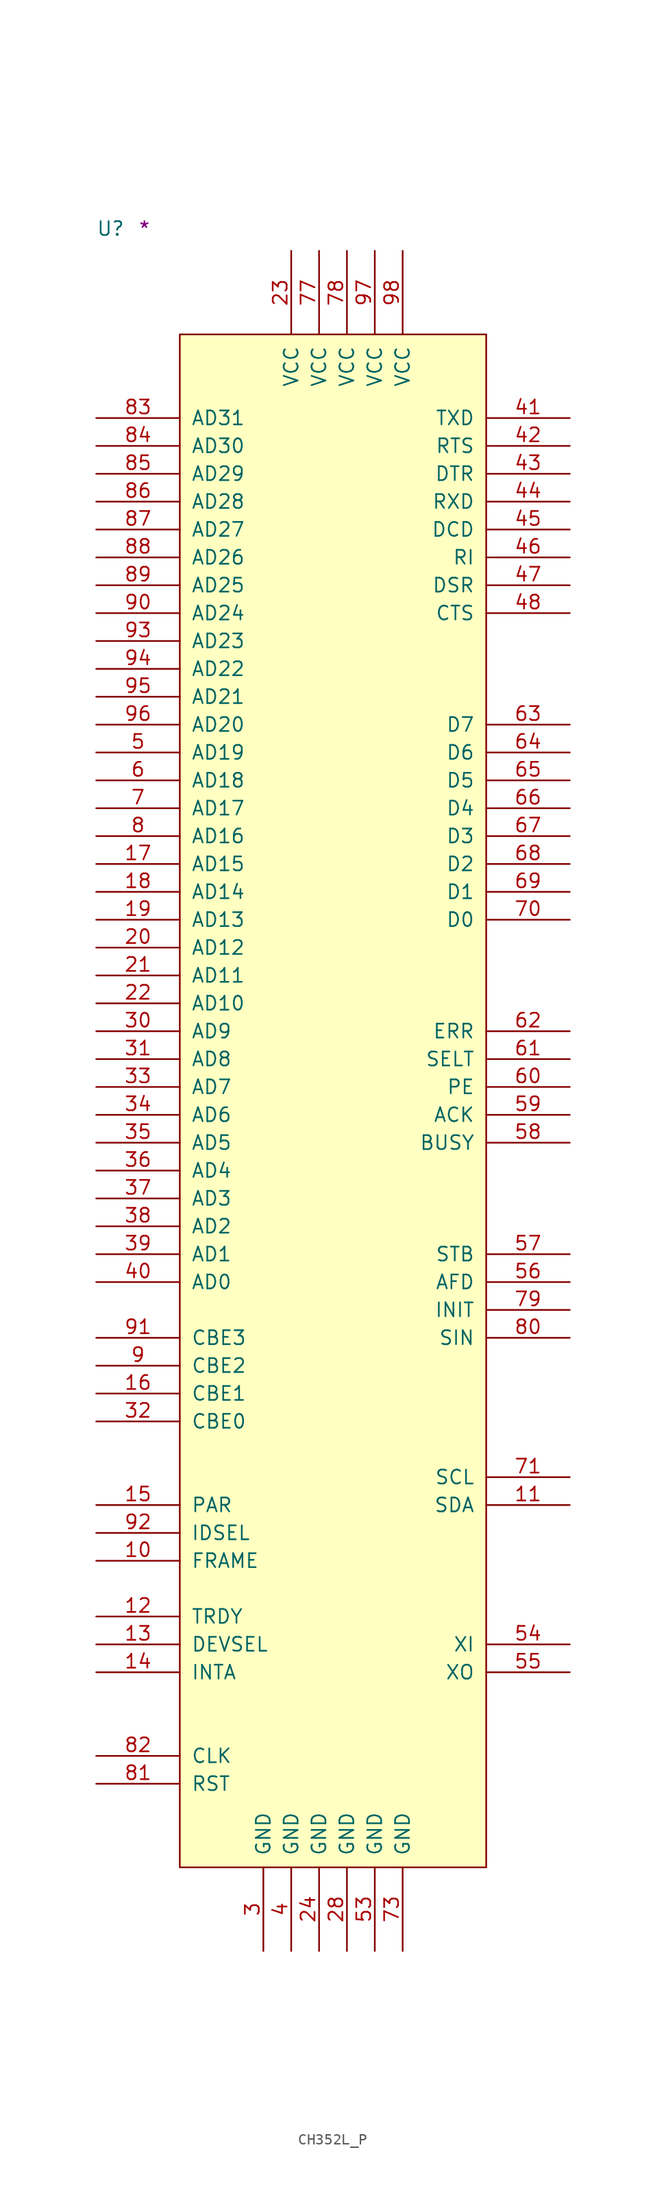
<source format=kicad_sym>
(kicad_symbol_lib
  (version 20211014)
  (generator kicad_symbol_editor)
  (symbol "CH352L_P"
    (pin_names
      (offset 1.016))
    (property "Reference" "U"
      (at -7.62 8.89 0)
      (effects (font (size 1.27 1.27)) (justify left bottom)))
    (property "Comment" "*"
      (at -3.81 8.89 0)
      (effects (font (size 1.27 1.27)) (justify left bottom)))
    (symbol "CH352L_P_1_1"
      (rectangle (start 0 -139.7) (end 27.94 0) (stroke (width 0) (type default) (color 0 0 0 0)) (fill (type background)))
      (pin input line (at -7.62 -111.76 0) (length 7.62) (name "FRAME" (effects (font (size 1.27 1.27)))) (number "10" (effects (font (size 1.27 1.27)))))
      (pin bidirectional line (at 35.56 -106.68 180) (length 7.62) (name "SDA" (effects (font (size 1.27 1.27)))) (number "11" (effects (font (size 1.27 1.27)))))
      (pin tri_state line (at -7.62 -116.84 0) (length 7.62) (name "TRDY" (effects (font (size 1.27 1.27)))) (number "12" (effects (font (size 1.27 1.27)))))
      (pin tri_state line (at -7.62 -119.38 0) (length 7.62) (name "DEVSEL" (effects (font (size 1.27 1.27)))) (number "13" (effects (font (size 1.27 1.27)))))
      (pin tri_state line (at -7.62 -121.92 0) (length 7.62) (name "INTA" (effects (font (size 1.27 1.27)))) (number "14" (effects (font (size 1.27 1.27)))))
      (pin tri_state line (at -7.62 -106.68 0) (length 7.62) (name "PAR" (effects (font (size 1.27 1.27)))) (number "15" (effects (font (size 1.27 1.27)))))
      (pin input line (at -7.62 -96.52 0) (length 7.62) (name "CBE1" (effects (font (size 1.27 1.27)))) (number "16" (effects (font (size 1.27 1.27)))))
      (pin bidirectional line (at -7.62 -48.26 0) (length 7.62) (name "AD15" (effects (font (size 1.27 1.27)))) (number "17" (effects (font (size 1.27 1.27)))))
      (pin bidirectional line (at -7.62 -50.8 0) (length 7.62) (name "AD14" (effects (font (size 1.27 1.27)))) (number "18" (effects (font (size 1.27 1.27)))))
      (pin bidirectional line (at -7.62 -53.34 0) (length 7.62) (name "AD13" (effects (font (size 1.27 1.27)))) (number "19" (effects (font (size 1.27 1.27)))))
      (pin bidirectional line (at -7.62 -55.88 0) (length 7.62) (name "AD12" (effects (font (size 1.27 1.27)))) (number "20" (effects (font (size 1.27 1.27)))))
      (pin bidirectional line (at -7.62 -58.42 0) (length 7.62) (name "AD11" (effects (font (size 1.27 1.27)))) (number "21" (effects (font (size 1.27 1.27)))))
      (pin bidirectional line (at -7.62 -60.96 0) (length 7.62) (name "AD10" (effects (font (size 1.27 1.27)))) (number "22" (effects (font (size 1.27 1.27)))))
      (pin power_in line (at 10.16 7.62 270) (length 7.62) (name "VCC" (effects (font (size 1.27 1.27)))) (number "23" (effects (font (size 1.27 1.27)))))
      (pin power_in line (at 12.7 -147.32 90) (length 7.62) (name "GND" (effects (font (size 1.27 1.27)))) (number "24" (effects (font (size 1.27 1.27)))))
      (pin power_in line (at 15.24 -147.32 90) (length 7.62) (name "GND" (effects (font (size 1.27 1.27)))) (number "28" (effects (font (size 1.27 1.27)))))
      (pin power_in line (at 7.62 -147.32 90) (length 7.62) (name "GND" (effects (font (size 1.27 1.27)))) (number "3" (effects (font (size 1.27 1.27)))))
      (pin bidirectional line (at -7.62 -63.5 0) (length 7.62) (name "AD9" (effects (font (size 1.27 1.27)))) (number "30" (effects (font (size 1.27 1.27)))))
      (pin bidirectional line (at -7.62 -66.04 0) (length 7.62) (name "AD8" (effects (font (size 1.27 1.27)))) (number "31" (effects (font (size 1.27 1.27)))))
      (pin input line (at -7.62 -99.06 0) (length 7.62) (name "CBE0" (effects (font (size 1.27 1.27)))) (number "32" (effects (font (size 1.27 1.27)))))
      (pin bidirectional line (at -7.62 -68.58 0) (length 7.62) (name "AD7" (effects (font (size 1.27 1.27)))) (number "33" (effects (font (size 1.27 1.27)))))
      (pin bidirectional line (at -7.62 -71.12 0) (length 7.62) (name "AD6" (effects (font (size 1.27 1.27)))) (number "34" (effects (font (size 1.27 1.27)))))
      (pin bidirectional line (at -7.62 -73.66 0) (length 7.62) (name "AD5" (effects (font (size 1.27 1.27)))) (number "35" (effects (font (size 1.27 1.27)))))
      (pin bidirectional line (at -7.62 -76.2 0) (length 7.62) (name "AD4" (effects (font (size 1.27 1.27)))) (number "36" (effects (font (size 1.27 1.27)))))
      (pin bidirectional line (at -7.62 -78.74 0) (length 7.62) (name "AD3" (effects (font (size 1.27 1.27)))) (number "37" (effects (font (size 1.27 1.27)))))
      (pin bidirectional line (at -7.62 -81.28 0) (length 7.62) (name "AD2" (effects (font (size 1.27 1.27)))) (number "38" (effects (font (size 1.27 1.27)))))
      (pin bidirectional line (at -7.62 -83.82 0) (length 7.62) (name "AD1" (effects (font (size 1.27 1.27)))) (number "39" (effects (font (size 1.27 1.27)))))
      (pin power_in line (at 10.16 -147.32 90) (length 7.62) (name "GND" (effects (font (size 1.27 1.27)))) (number "4" (effects (font (size 1.27 1.27)))))
      (pin bidirectional line (at -7.62 -86.36 0) (length 7.62) (name "AD0" (effects (font (size 1.27 1.27)))) (number "40" (effects (font (size 1.27 1.27)))))
      (pin output line (at 35.56 -7.62 180) (length 7.62) (name "TXD" (effects (font (size 1.27 1.27)))) (number "41" (effects (font (size 1.27 1.27)))))
      (pin output line (at 35.56 -10.16 180) (length 7.62) (name "RTS" (effects (font (size 1.27 1.27)))) (number "42" (effects (font (size 1.27 1.27)))))
      (pin output line (at 35.56 -12.7 180) (length 7.62) (name "DTR" (effects (font (size 1.27 1.27)))) (number "43" (effects (font (size 1.27 1.27)))))
      (pin input line (at 35.56 -15.24 180) (length 7.62) (name "RXD" (effects (font (size 1.27 1.27)))) (number "44" (effects (font (size 1.27 1.27)))))
      (pin input line (at 35.56 -17.78 180) (length 7.62) (name "DCD" (effects (font (size 1.27 1.27)))) (number "45" (effects (font (size 1.27 1.27)))))
      (pin input line (at 35.56 -20.32 180) (length 7.62) (name "RI" (effects (font (size 1.27 1.27)))) (number "46" (effects (font (size 1.27 1.27)))))
      (pin input line (at 35.56 -22.86 180) (length 7.62) (name "DSR" (effects (font (size 1.27 1.27)))) (number "47" (effects (font (size 1.27 1.27)))))
      (pin input line (at 35.56 -25.4 180) (length 7.62) (name "CTS" (effects (font (size 1.27 1.27)))) (number "48" (effects (font (size 1.27 1.27)))))
      (pin bidirectional line (at -7.62 -38.1 0) (length 7.62) (name "AD19" (effects (font (size 1.27 1.27)))) (number "5" (effects (font (size 1.27 1.27)))))
      (pin power_in line (at 17.78 -147.32 90) (length 7.62) (name "GND" (effects (font (size 1.27 1.27)))) (number "53" (effects (font (size 1.27 1.27)))))
      (pin input line (at 35.56 -119.38 180) (length 7.62) (name "XI" (effects (font (size 1.27 1.27)))) (number "54" (effects (font (size 1.27 1.27)))))
      (pin output line (at 35.56 -121.92 180) (length 7.62) (name "XO" (effects (font (size 1.27 1.27)))) (number "55" (effects (font (size 1.27 1.27)))))
      (pin output line (at 35.56 -86.36 180) (length 7.62) (name "AFD" (effects (font (size 1.27 1.27)))) (number "56" (effects (font (size 1.27 1.27)))))
      (pin output line (at 35.56 -83.82 180) (length 7.62) (name "STB" (effects (font (size 1.27 1.27)))) (number "57" (effects (font (size 1.27 1.27)))))
      (pin input line (at 35.56 -73.66 180) (length 7.62) (name "BUSY" (effects (font (size 1.27 1.27)))) (number "58" (effects (font (size 1.27 1.27)))))
      (pin input line (at 35.56 -71.12 180) (length 7.62) (name "ACK" (effects (font (size 1.27 1.27)))) (number "59" (effects (font (size 1.27 1.27)))))
      (pin bidirectional line (at -7.62 -40.64 0) (length 7.62) (name "AD18" (effects (font (size 1.27 1.27)))) (number "6" (effects (font (size 1.27 1.27)))))
      (pin input line (at 35.56 -68.58 180) (length 7.62) (name "PE" (effects (font (size 1.27 1.27)))) (number "60" (effects (font (size 1.27 1.27)))))
      (pin input line (at 35.56 -66.04 180) (length 7.62) (name "SELT" (effects (font (size 1.27 1.27)))) (number "61" (effects (font (size 1.27 1.27)))))
      (pin input line (at 35.56 -63.5 180) (length 7.62) (name "ERR" (effects (font (size 1.27 1.27)))) (number "62" (effects (font (size 1.27 1.27)))))
      (pin bidirectional line (at 35.56 -35.56 180) (length 7.62) (name "D7" (effects (font (size 1.27 1.27)))) (number "63" (effects (font (size 1.27 1.27)))))
      (pin bidirectional line (at 35.56 -38.1 180) (length 7.62) (name "D6" (effects (font (size 1.27 1.27)))) (number "64" (effects (font (size 1.27 1.27)))))
      (pin bidirectional line (at 35.56 -40.64 180) (length 7.62) (name "D5" (effects (font (size 1.27 1.27)))) (number "65" (effects (font (size 1.27 1.27)))))
      (pin bidirectional line (at 35.56 -43.18 180) (length 7.62) (name "D4" (effects (font (size 1.27 1.27)))) (number "66" (effects (font (size 1.27 1.27)))))
      (pin bidirectional line (at 35.56 -45.72 180) (length 7.62) (name "D3" (effects (font (size 1.27 1.27)))) (number "67" (effects (font (size 1.27 1.27)))))
      (pin bidirectional line (at 35.56 -48.26 180) (length 7.62) (name "D2" (effects (font (size 1.27 1.27)))) (number "68" (effects (font (size 1.27 1.27)))))
      (pin bidirectional line (at 35.56 -50.8 180) (length 7.62) (name "D1" (effects (font (size 1.27 1.27)))) (number "69" (effects (font (size 1.27 1.27)))))
      (pin bidirectional line (at -7.62 -43.18 0) (length 7.62) (name "AD17" (effects (font (size 1.27 1.27)))) (number "7" (effects (font (size 1.27 1.27)))))
      (pin bidirectional line (at 35.56 -53.34 180) (length 7.62) (name "D0" (effects (font (size 1.27 1.27)))) (number "70" (effects (font (size 1.27 1.27)))))
      (pin bidirectional line (at 35.56 -104.14 180) (length 7.62) (name "SCL" (effects (font (size 1.27 1.27)))) (number "71" (effects (font (size 1.27 1.27)))))
      (pin power_in line (at 20.32 -147.32 90) (length 7.62) (name "GND" (effects (font (size 1.27 1.27)))) (number "73" (effects (font (size 1.27 1.27)))))
      (pin power_in line (at 12.7 7.62 270) (length 7.62) (name "VCC" (effects (font (size 1.27 1.27)))) (number "77" (effects (font (size 1.27 1.27)))))
      (pin power_in line (at 15.24 7.62 270) (length 7.62) (name "VCC" (effects (font (size 1.27 1.27)))) (number "78" (effects (font (size 1.27 1.27)))))
      (pin output line (at 35.56 -88.9 180) (length 7.62) (name "INIT" (effects (font (size 1.27 1.27)))) (number "79" (effects (font (size 1.27 1.27)))))
      (pin bidirectional line (at -7.62 -45.72 0) (length 7.62) (name "AD16" (effects (font (size 1.27 1.27)))) (number "8" (effects (font (size 1.27 1.27)))))
      (pin output line (at 35.56 -91.44 180) (length 7.62) (name "SIN" (effects (font (size 1.27 1.27)))) (number "80" (effects (font (size 1.27 1.27)))))
      (pin input line (at -7.62 -132.08 0) (length 7.62) (name "RST" (effects (font (size 1.27 1.27)))) (number "81" (effects (font (size 1.27 1.27)))))
      (pin input line (at -7.62 -129.54 0) (length 7.62) (name "CLK" (effects (font (size 1.27 1.27)))) (number "82" (effects (font (size 1.27 1.27)))))
      (pin bidirectional line (at -7.62 -7.62 0) (length 7.62) (name "AD31" (effects (font (size 1.27 1.27)))) (number "83" (effects (font (size 1.27 1.27)))))
      (pin bidirectional line (at -7.62 -10.16 0) (length 7.62) (name "AD30" (effects (font (size 1.27 1.27)))) (number "84" (effects (font (size 1.27 1.27)))))
      (pin bidirectional line (at -7.62 -12.7 0) (length 7.62) (name "AD29" (effects (font (size 1.27 1.27)))) (number "85" (effects (font (size 1.27 1.27)))))
      (pin bidirectional line (at -7.62 -15.24 0) (length 7.62) (name "AD28" (effects (font (size 1.27 1.27)))) (number "86" (effects (font (size 1.27 1.27)))))
      (pin bidirectional line (at -7.62 -17.78 0) (length 7.62) (name "AD27" (effects (font (size 1.27 1.27)))) (number "87" (effects (font (size 1.27 1.27)))))
      (pin bidirectional line (at -7.62 -20.32 0) (length 7.62) (name "AD26" (effects (font (size 1.27 1.27)))) (number "88" (effects (font (size 1.27 1.27)))))
      (pin bidirectional line (at -7.62 -22.86 0) (length 7.62) (name "AD25" (effects (font (size 1.27 1.27)))) (number "89" (effects (font (size 1.27 1.27)))))
      (pin input line (at -7.62 -93.98 0) (length 7.62) (name "CBE2" (effects (font (size 1.27 1.27)))) (number "9" (effects (font (size 1.27 1.27)))))
      (pin bidirectional line (at -7.62 -25.4 0) (length 7.62) (name "AD24" (effects (font (size 1.27 1.27)))) (number "90" (effects (font (size 1.27 1.27)))))
      (pin input line (at -7.62 -91.44 0) (length 7.62) (name "CBE3" (effects (font (size 1.27 1.27)))) (number "91" (effects (font (size 1.27 1.27)))))
      (pin input line (at -7.62 -109.22 0) (length 7.62) (name "IDSEL" (effects (font (size 1.27 1.27)))) (number "92" (effects (font (size 1.27 1.27)))))
      (pin bidirectional line (at -7.62 -27.94 0) (length 7.62) (name "AD23" (effects (font (size 1.27 1.27)))) (number "93" (effects (font (size 1.27 1.27)))))
      (pin bidirectional line (at -7.62 -30.48 0) (length 7.62) (name "AD22" (effects (font (size 1.27 1.27)))) (number "94" (effects (font (size 1.27 1.27)))))
      (pin bidirectional line (at -7.62 -33.02 0) (length 7.62) (name "AD21" (effects (font (size 1.27 1.27)))) (number "95" (effects (font (size 1.27 1.27)))))
      (pin bidirectional line (at -7.62 -35.56 0) (length 7.62) (name "AD20" (effects (font (size 1.27 1.27)))) (number "96" (effects (font (size 1.27 1.27)))))
      (pin power_in line (at 17.78 7.62 270) (length 7.62) (name "VCC" (effects (font (size 1.27 1.27)))) (number "97" (effects (font (size 1.27 1.27)))))
      (pin power_in line (at 20.32 7.62 270) (length 7.62) (name "VCC" (effects (font (size 1.27 1.27)))) (number "98" (effects (font (size 1.27 1.27))))))))
</source>
